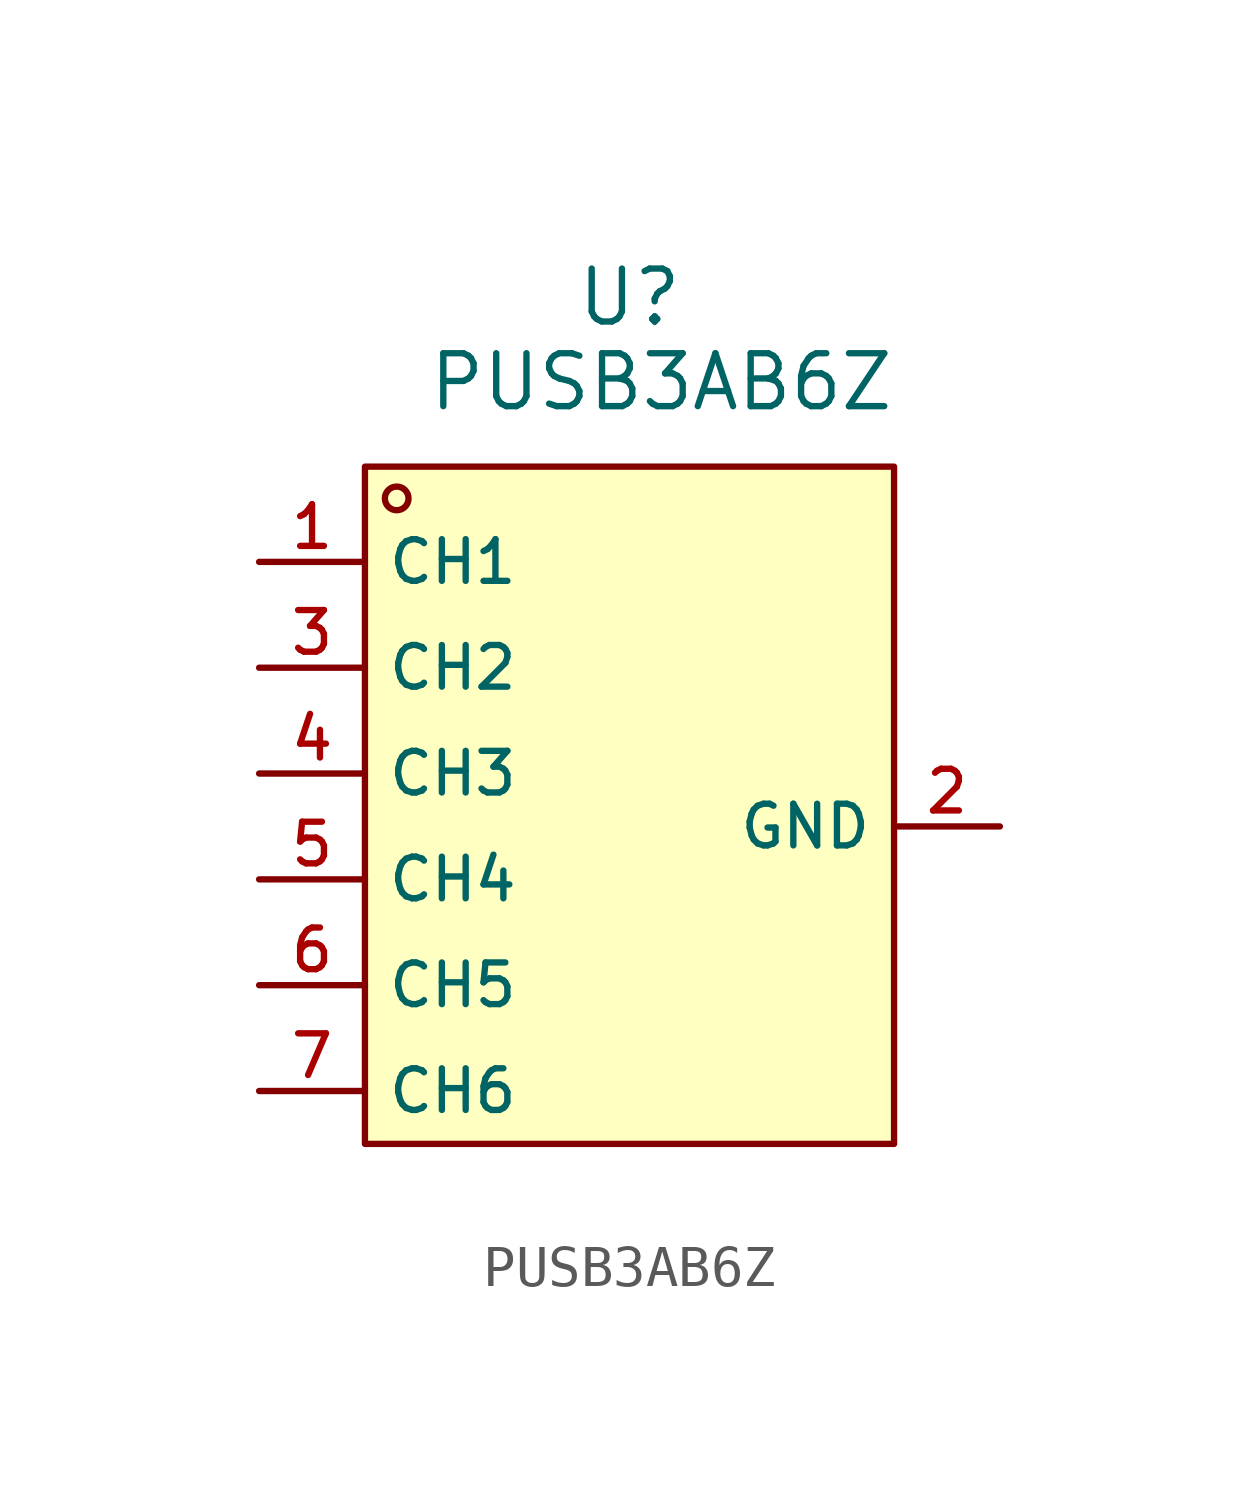
<source format=kicad_sym>
(kicad_symbol_lib
  (version 20231120)
  (generator "kicad_symbol_editor")
  (generator_version "8.0")
  (symbol "PUSB3AB6Z"
    (property "Reference" "U"
      (at 0 12.7 0)
      (effects (font (size 1.27 1.27))))
    (property "Value" "PUSB3AB6Z"
      (at 0.762 10.668 0)
      (effects (font (size 1.27 1.27))))
    (symbol "PUSB3AB6Z_0_1"
      (rectangle (start -6.35 8.636) (end 6.35 -7.62) (stroke (width 0) (type default)) (fill (type background)))
      (circle (center -5.588 7.874) (radius 0.284) (stroke (width 0) (type default)) (fill (type background)))
      (pin unspecified line (at -8.89 6.35 0) (length 2.54) (name "CH1" (effects (font (size 1 1)))) (number "1" (effects (font (size 1 1)))))
      (pin unspecified line (at 8.89 0 180) (length 2.54) (name "GND" (effects (font (size 1 1)))) (number "2" (effects (font (size 1 1)))))
      (pin unspecified line (at -8.89 3.81 0) (length 2.54) (name "CH2" (effects (font (size 1 1)))) (number "3" (effects (font (size 1 1)))))
      (pin unspecified line (at -8.89 1.27 0) (length 2.54) (name "CH3" (effects (font (size 1 1)))) (number "4" (effects (font (size 1 1)))))
      (pin unspecified line (at -8.89 -1.27 0) (length 2.54) (name "CH4" (effects (font (size 1 1)))) (number "5" (effects (font (size 1 1)))))
      (pin unspecified line (at -8.89 -3.81 0) (length 2.54) (name "CH5" (effects (font (size 1 1)))) (number "6" (effects (font (size 1 1)))))
      (pin unspecified line (at -8.89 -6.35 0) (length 2.54) (name "CH6" (effects (font (size 1 1)))) (number "7" (effects (font (size 1 1))))))))
</source>
